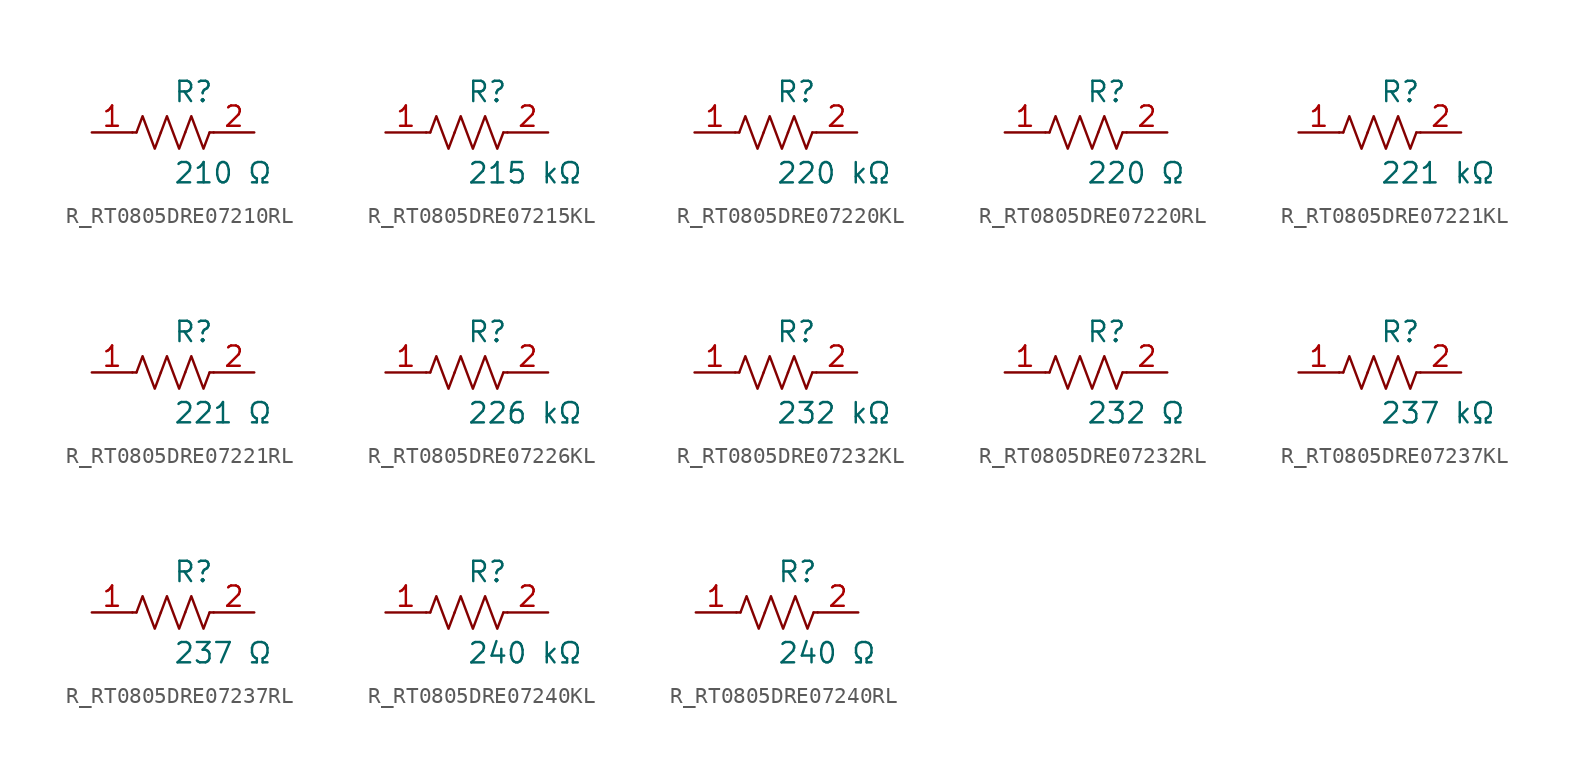
<source format=kicad_sym>
(kicad_symbol_lib
  (version 20231120)
  (generator kicad_symbol_editor)
  (generator_version 8.0)
  (symbol "R_RT0805DRE07210RL"
    (pin_names
      (offset 0.254))
    (property "Reference" "R"
      (at 0 2.54 0)
      (effects (font (size 1.27 1.27)) (justify left)))
    (property "Value" "210 Ω"
      (at 0 -2.54 0)
      (effects (font (size 1.27 1.27)) (justify left)))
    (symbol "R_RT0805DRE07210RL_0_1"
      (polyline (pts (xy 2.286 0) (xy 2.54 0)) (stroke (width 0) (type default)) (fill (type none)))
      (polyline (pts (xy -2.286 0) (xy -2.54 0)) (stroke (width 0) (type default)) (fill (type none)))
      (polyline (pts (xy 0.762 0) (xy 1.143 1.016) (xy 1.524 0) (xy 1.905 -1.016) (xy 2.286 0)) (stroke (width 0) (type default)) (fill (type none)))
      (polyline (pts (xy -0.762 0) (xy -0.381 1.016) (xy 0 0) (xy 0.381 -1.016) (xy 0.762 0)) (stroke (width 0) (type default)) (fill (type none)))
      (polyline (pts (xy -2.286 0) (xy -1.905 1.016) (xy -1.524 0) (xy -1.143 -1.016) (xy -0.762 0)) (stroke (width 0) (type default)) (fill (type none))))
    (pin passive line
      (at -5.08 0 0)
      (length 2.54)
      (name "" (effects (font (size 1.27 1.27))))
      (number "1" (effects (font (size 1.27 1.27)))))
    (pin passive line
      (at 5.08 0 180)
      (length 2.54)
      (name "" (effects (font (size 1.27 1.27))))
      (number "2" (effects (font (size 1.27 1.27))))))
  (symbol "R_RT0805DRE07215KL"
    (pin_names
      (offset 0.254))
    (property "Reference" "R"
      (at 0 2.54 0)
      (effects (font (size 1.27 1.27)) (justify left)))
    (property "Value" "215 kΩ"
      (at 0 -2.54 0)
      (effects (font (size 1.27 1.27)) (justify left)))
    (symbol "R_RT0805DRE07215KL_0_1"
      (polyline (pts (xy 2.286 0) (xy 2.54 0)) (stroke (width 0) (type default)) (fill (type none)))
      (polyline (pts (xy -2.286 0) (xy -2.54 0)) (stroke (width 0) (type default)) (fill (type none)))
      (polyline (pts (xy 0.762 0) (xy 1.143 1.016) (xy 1.524 0) (xy 1.905 -1.016) (xy 2.286 0)) (stroke (width 0) (type default)) (fill (type none)))
      (polyline (pts (xy -0.762 0) (xy -0.381 1.016) (xy 0 0) (xy 0.381 -1.016) (xy 0.762 0)) (stroke (width 0) (type default)) (fill (type none)))
      (polyline (pts (xy -2.286 0) (xy -1.905 1.016) (xy -1.524 0) (xy -1.143 -1.016) (xy -0.762 0)) (stroke (width 0) (type default)) (fill (type none))))
    (pin passive line
      (at -5.08 0 0)
      (length 2.54)
      (name "" (effects (font (size 1.27 1.27))))
      (number "1" (effects (font (size 1.27 1.27)))))
    (pin passive line
      (at 5.08 0 180)
      (length 2.54)
      (name "" (effects (font (size 1.27 1.27))))
      (number "2" (effects (font (size 1.27 1.27))))))
  (symbol "R_RT0805DRE07220KL"
    (pin_names
      (offset 0.254))
    (property "Reference" "R"
      (at 0 2.54 0)
      (effects (font (size 1.27 1.27)) (justify left)))
    (property "Value" "220 kΩ"
      (at 0 -2.54 0)
      (effects (font (size 1.27 1.27)) (justify left)))
    (symbol "R_RT0805DRE07220KL_0_1"
      (polyline (pts (xy 2.286 0) (xy 2.54 0)) (stroke (width 0) (type default)) (fill (type none)))
      (polyline (pts (xy -2.286 0) (xy -2.54 0)) (stroke (width 0) (type default)) (fill (type none)))
      (polyline (pts (xy 0.762 0) (xy 1.143 1.016) (xy 1.524 0) (xy 1.905 -1.016) (xy 2.286 0)) (stroke (width 0) (type default)) (fill (type none)))
      (polyline (pts (xy -0.762 0) (xy -0.381 1.016) (xy 0 0) (xy 0.381 -1.016) (xy 0.762 0)) (stroke (width 0) (type default)) (fill (type none)))
      (polyline (pts (xy -2.286 0) (xy -1.905 1.016) (xy -1.524 0) (xy -1.143 -1.016) (xy -0.762 0)) (stroke (width 0) (type default)) (fill (type none))))
    (pin passive line
      (at -5.08 0 0)
      (length 2.54)
      (name "" (effects (font (size 1.27 1.27))))
      (number "1" (effects (font (size 1.27 1.27)))))
    (pin passive line
      (at 5.08 0 180)
      (length 2.54)
      (name "" (effects (font (size 1.27 1.27))))
      (number "2" (effects (font (size 1.27 1.27))))))
  (symbol "R_RT0805DRE07220RL"
    (pin_names
      (offset 0.254))
    (property "Reference" "R"
      (at 0 2.54 0)
      (effects (font (size 1.27 1.27)) (justify left)))
    (property "Value" "220 Ω"
      (at 0 -2.54 0)
      (effects (font (size 1.27 1.27)) (justify left)))
    (symbol "R_RT0805DRE07220RL_0_1"
      (polyline (pts (xy 2.286 0) (xy 2.54 0)) (stroke (width 0) (type default)) (fill (type none)))
      (polyline (pts (xy -2.286 0) (xy -2.54 0)) (stroke (width 0) (type default)) (fill (type none)))
      (polyline (pts (xy 0.762 0) (xy 1.143 1.016) (xy 1.524 0) (xy 1.905 -1.016) (xy 2.286 0)) (stroke (width 0) (type default)) (fill (type none)))
      (polyline (pts (xy -0.762 0) (xy -0.381 1.016) (xy 0 0) (xy 0.381 -1.016) (xy 0.762 0)) (stroke (width 0) (type default)) (fill (type none)))
      (polyline (pts (xy -2.286 0) (xy -1.905 1.016) (xy -1.524 0) (xy -1.143 -1.016) (xy -0.762 0)) (stroke (width 0) (type default)) (fill (type none))))
    (pin passive line
      (at -5.08 0 0)
      (length 2.54)
      (name "" (effects (font (size 1.27 1.27))))
      (number "1" (effects (font (size 1.27 1.27)))))
    (pin passive line
      (at 5.08 0 180)
      (length 2.54)
      (name "" (effects (font (size 1.27 1.27))))
      (number "2" (effects (font (size 1.27 1.27))))))
  (symbol "R_RT0805DRE07221KL"
    (pin_names
      (offset 0.254))
    (property "Reference" "R"
      (at 0 2.54 0)
      (effects (font (size 1.27 1.27)) (justify left)))
    (property "Value" "221 kΩ"
      (at 0 -2.54 0)
      (effects (font (size 1.27 1.27)) (justify left)))
    (symbol "R_RT0805DRE07221KL_0_1"
      (polyline (pts (xy 2.286 0) (xy 2.54 0)) (stroke (width 0) (type default)) (fill (type none)))
      (polyline (pts (xy -2.286 0) (xy -2.54 0)) (stroke (width 0) (type default)) (fill (type none)))
      (polyline (pts (xy 0.762 0) (xy 1.143 1.016) (xy 1.524 0) (xy 1.905 -1.016) (xy 2.286 0)) (stroke (width 0) (type default)) (fill (type none)))
      (polyline (pts (xy -0.762 0) (xy -0.381 1.016) (xy 0 0) (xy 0.381 -1.016) (xy 0.762 0)) (stroke (width 0) (type default)) (fill (type none)))
      (polyline (pts (xy -2.286 0) (xy -1.905 1.016) (xy -1.524 0) (xy -1.143 -1.016) (xy -0.762 0)) (stroke (width 0) (type default)) (fill (type none))))
    (pin passive line
      (at -5.08 0 0)
      (length 2.54)
      (name "" (effects (font (size 1.27 1.27))))
      (number "1" (effects (font (size 1.27 1.27)))))
    (pin passive line
      (at 5.08 0 180)
      (length 2.54)
      (name "" (effects (font (size 1.27 1.27))))
      (number "2" (effects (font (size 1.27 1.27))))))
  (symbol "R_RT0805DRE07221RL"
    (pin_names
      (offset 0.254))
    (property "Reference" "R"
      (at 0 2.54 0)
      (effects (font (size 1.27 1.27)) (justify left)))
    (property "Value" "221 Ω"
      (at 0 -2.54 0)
      (effects (font (size 1.27 1.27)) (justify left)))
    (symbol "R_RT0805DRE07221RL_0_1"
      (polyline (pts (xy 2.286 0) (xy 2.54 0)) (stroke (width 0) (type default)) (fill (type none)))
      (polyline (pts (xy -2.286 0) (xy -2.54 0)) (stroke (width 0) (type default)) (fill (type none)))
      (polyline (pts (xy 0.762 0) (xy 1.143 1.016) (xy 1.524 0) (xy 1.905 -1.016) (xy 2.286 0)) (stroke (width 0) (type default)) (fill (type none)))
      (polyline (pts (xy -0.762 0) (xy -0.381 1.016) (xy 0 0) (xy 0.381 -1.016) (xy 0.762 0)) (stroke (width 0) (type default)) (fill (type none)))
      (polyline (pts (xy -2.286 0) (xy -1.905 1.016) (xy -1.524 0) (xy -1.143 -1.016) (xy -0.762 0)) (stroke (width 0) (type default)) (fill (type none))))
    (pin passive line
      (at -5.08 0 0)
      (length 2.54)
      (name "" (effects (font (size 1.27 1.27))))
      (number "1" (effects (font (size 1.27 1.27)))))
    (pin passive line
      (at 5.08 0 180)
      (length 2.54)
      (name "" (effects (font (size 1.27 1.27))))
      (number "2" (effects (font (size 1.27 1.27))))))
  (symbol "R_RT0805DRE07226KL"
    (pin_names
      (offset 0.254))
    (property "Reference" "R"
      (at 0 2.54 0)
      (effects (font (size 1.27 1.27)) (justify left)))
    (property "Value" "226 kΩ"
      (at 0 -2.54 0)
      (effects (font (size 1.27 1.27)) (justify left)))
    (symbol "R_RT0805DRE07226KL_0_1"
      (polyline (pts (xy 2.286 0) (xy 2.54 0)) (stroke (width 0) (type default)) (fill (type none)))
      (polyline (pts (xy -2.286 0) (xy -2.54 0)) (stroke (width 0) (type default)) (fill (type none)))
      (polyline (pts (xy 0.762 0) (xy 1.143 1.016) (xy 1.524 0) (xy 1.905 -1.016) (xy 2.286 0)) (stroke (width 0) (type default)) (fill (type none)))
      (polyline (pts (xy -0.762 0) (xy -0.381 1.016) (xy 0 0) (xy 0.381 -1.016) (xy 0.762 0)) (stroke (width 0) (type default)) (fill (type none)))
      (polyline (pts (xy -2.286 0) (xy -1.905 1.016) (xy -1.524 0) (xy -1.143 -1.016) (xy -0.762 0)) (stroke (width 0) (type default)) (fill (type none))))
    (pin passive line
      (at -5.08 0 0)
      (length 2.54)
      (name "" (effects (font (size 1.27 1.27))))
      (number "1" (effects (font (size 1.27 1.27)))))
    (pin passive line
      (at 5.08 0 180)
      (length 2.54)
      (name "" (effects (font (size 1.27 1.27))))
      (number "2" (effects (font (size 1.27 1.27))))))
  (symbol "R_RT0805DRE07232KL"
    (pin_names
      (offset 0.254))
    (property "Reference" "R"
      (at 0 2.54 0)
      (effects (font (size 1.27 1.27)) (justify left)))
    (property "Value" "232 kΩ"
      (at 0 -2.54 0)
      (effects (font (size 1.27 1.27)) (justify left)))
    (symbol "R_RT0805DRE07232KL_0_1"
      (polyline (pts (xy 2.286 0) (xy 2.54 0)) (stroke (width 0) (type default)) (fill (type none)))
      (polyline (pts (xy -2.286 0) (xy -2.54 0)) (stroke (width 0) (type default)) (fill (type none)))
      (polyline (pts (xy 0.762 0) (xy 1.143 1.016) (xy 1.524 0) (xy 1.905 -1.016) (xy 2.286 0)) (stroke (width 0) (type default)) (fill (type none)))
      (polyline (pts (xy -0.762 0) (xy -0.381 1.016) (xy 0 0) (xy 0.381 -1.016) (xy 0.762 0)) (stroke (width 0) (type default)) (fill (type none)))
      (polyline (pts (xy -2.286 0) (xy -1.905 1.016) (xy -1.524 0) (xy -1.143 -1.016) (xy -0.762 0)) (stroke (width 0) (type default)) (fill (type none))))
    (pin passive line
      (at -5.08 0 0)
      (length 2.54)
      (name "" (effects (font (size 1.27 1.27))))
      (number "1" (effects (font (size 1.27 1.27)))))
    (pin passive line
      (at 5.08 0 180)
      (length 2.54)
      (name "" (effects (font (size 1.27 1.27))))
      (number "2" (effects (font (size 1.27 1.27))))))
  (symbol "R_RT0805DRE07232RL"
    (pin_names
      (offset 0.254))
    (property "Reference" "R"
      (at 0 2.54 0)
      (effects (font (size 1.27 1.27)) (justify left)))
    (property "Value" "232 Ω"
      (at 0 -2.54 0)
      (effects (font (size 1.27 1.27)) (justify left)))
    (symbol "R_RT0805DRE07232RL_0_1"
      (polyline (pts (xy 2.286 0) (xy 2.54 0)) (stroke (width 0) (type default)) (fill (type none)))
      (polyline (pts (xy -2.286 0) (xy -2.54 0)) (stroke (width 0) (type default)) (fill (type none)))
      (polyline (pts (xy 0.762 0) (xy 1.143 1.016) (xy 1.524 0) (xy 1.905 -1.016) (xy 2.286 0)) (stroke (width 0) (type default)) (fill (type none)))
      (polyline (pts (xy -0.762 0) (xy -0.381 1.016) (xy 0 0) (xy 0.381 -1.016) (xy 0.762 0)) (stroke (width 0) (type default)) (fill (type none)))
      (polyline (pts (xy -2.286 0) (xy -1.905 1.016) (xy -1.524 0) (xy -1.143 -1.016) (xy -0.762 0)) (stroke (width 0) (type default)) (fill (type none))))
    (pin passive line
      (at -5.08 0 0)
      (length 2.54)
      (name "" (effects (font (size 1.27 1.27))))
      (number "1" (effects (font (size 1.27 1.27)))))
    (pin passive line
      (at 5.08 0 180)
      (length 2.54)
      (name "" (effects (font (size 1.27 1.27))))
      (number "2" (effects (font (size 1.27 1.27))))))
  (symbol "R_RT0805DRE07237KL"
    (pin_names
      (offset 0.254))
    (property "Reference" "R"
      (at 0 2.54 0)
      (effects (font (size 1.27 1.27)) (justify left)))
    (property "Value" "237 kΩ"
      (at 0 -2.54 0)
      (effects (font (size 1.27 1.27)) (justify left)))
    (symbol "R_RT0805DRE07237KL_0_1"
      (polyline (pts (xy 2.286 0) (xy 2.54 0)) (stroke (width 0) (type default)) (fill (type none)))
      (polyline (pts (xy -2.286 0) (xy -2.54 0)) (stroke (width 0) (type default)) (fill (type none)))
      (polyline (pts (xy 0.762 0) (xy 1.143 1.016) (xy 1.524 0) (xy 1.905 -1.016) (xy 2.286 0)) (stroke (width 0) (type default)) (fill (type none)))
      (polyline (pts (xy -0.762 0) (xy -0.381 1.016) (xy 0 0) (xy 0.381 -1.016) (xy 0.762 0)) (stroke (width 0) (type default)) (fill (type none)))
      (polyline (pts (xy -2.286 0) (xy -1.905 1.016) (xy -1.524 0) (xy -1.143 -1.016) (xy -0.762 0)) (stroke (width 0) (type default)) (fill (type none))))
    (pin passive line
      (at -5.08 0 0)
      (length 2.54)
      (name "" (effects (font (size 1.27 1.27))))
      (number "1" (effects (font (size 1.27 1.27)))))
    (pin passive line
      (at 5.08 0 180)
      (length 2.54)
      (name "" (effects (font (size 1.27 1.27))))
      (number "2" (effects (font (size 1.27 1.27))))))
  (symbol "R_RT0805DRE07237RL"
    (pin_names
      (offset 0.254))
    (property "Reference" "R"
      (at 0 2.54 0)
      (effects (font (size 1.27 1.27)) (justify left)))
    (property "Value" "237 Ω"
      (at 0 -2.54 0)
      (effects (font (size 1.27 1.27)) (justify left)))
    (symbol "R_RT0805DRE07237RL_0_1"
      (polyline (pts (xy 2.286 0) (xy 2.54 0)) (stroke (width 0) (type default)) (fill (type none)))
      (polyline (pts (xy -2.286 0) (xy -2.54 0)) (stroke (width 0) (type default)) (fill (type none)))
      (polyline (pts (xy 0.762 0) (xy 1.143 1.016) (xy 1.524 0) (xy 1.905 -1.016) (xy 2.286 0)) (stroke (width 0) (type default)) (fill (type none)))
      (polyline (pts (xy -0.762 0) (xy -0.381 1.016) (xy 0 0) (xy 0.381 -1.016) (xy 0.762 0)) (stroke (width 0) (type default)) (fill (type none)))
      (polyline (pts (xy -2.286 0) (xy -1.905 1.016) (xy -1.524 0) (xy -1.143 -1.016) (xy -0.762 0)) (stroke (width 0) (type default)) (fill (type none))))
    (pin passive line
      (at -5.08 0 0)
      (length 2.54)
      (name "" (effects (font (size 1.27 1.27))))
      (number "1" (effects (font (size 1.27 1.27)))))
    (pin passive line
      (at 5.08 0 180)
      (length 2.54)
      (name "" (effects (font (size 1.27 1.27))))
      (number "2" (effects (font (size 1.27 1.27))))))
  (symbol "R_RT0805DRE07240KL"
    (pin_names
      (offset 0.254))
    (property "Reference" "R"
      (at 0 2.54 0)
      (effects (font (size 1.27 1.27)) (justify left)))
    (property "Value" "240 kΩ"
      (at 0 -2.54 0)
      (effects (font (size 1.27 1.27)) (justify left)))
    (symbol "R_RT0805DRE07240KL_0_1"
      (polyline (pts (xy 2.286 0) (xy 2.54 0)) (stroke (width 0) (type default)) (fill (type none)))
      (polyline (pts (xy -2.286 0) (xy -2.54 0)) (stroke (width 0) (type default)) (fill (type none)))
      (polyline (pts (xy 0.762 0) (xy 1.143 1.016) (xy 1.524 0) (xy 1.905 -1.016) (xy 2.286 0)) (stroke (width 0) (type default)) (fill (type none)))
      (polyline (pts (xy -0.762 0) (xy -0.381 1.016) (xy 0 0) (xy 0.381 -1.016) (xy 0.762 0)) (stroke (width 0) (type default)) (fill (type none)))
      (polyline (pts (xy -2.286 0) (xy -1.905 1.016) (xy -1.524 0) (xy -1.143 -1.016) (xy -0.762 0)) (stroke (width 0) (type default)) (fill (type none))))
    (pin passive line
      (at -5.08 0 0)
      (length 2.54)
      (name "" (effects (font (size 1.27 1.27))))
      (number "1" (effects (font (size 1.27 1.27)))))
    (pin passive line
      (at 5.08 0 180)
      (length 2.54)
      (name "" (effects (font (size 1.27 1.27))))
      (number "2" (effects (font (size 1.27 1.27))))))
  (symbol "R_RT0805DRE07240RL"
    (pin_names
      (offset 0.254))
    (property "Reference" "R"
      (at 0 2.54 0)
      (effects (font (size 1.27 1.27)) (justify left)))
    (property "Value" "240 Ω"
      (at 0 -2.54 0)
      (effects (font (size 1.27 1.27)) (justify left)))
    (symbol "R_RT0805DRE07240RL_0_1"
      (polyline (pts (xy 2.286 0) (xy 2.54 0)) (stroke (width 0) (type default)) (fill (type none)))
      (polyline (pts (xy -2.286 0) (xy -2.54 0)) (stroke (width 0) (type default)) (fill (type none)))
      (polyline (pts (xy 0.762 0) (xy 1.143 1.016) (xy 1.524 0) (xy 1.905 -1.016) (xy 2.286 0)) (stroke (width 0) (type default)) (fill (type none)))
      (polyline (pts (xy -0.762 0) (xy -0.381 1.016) (xy 0 0) (xy 0.381 -1.016) (xy 0.762 0)) (stroke (width 0) (type default)) (fill (type none)))
      (polyline (pts (xy -2.286 0) (xy -1.905 1.016) (xy -1.524 0) (xy -1.143 -1.016) (xy -0.762 0)) (stroke (width 0) (type default)) (fill (type none))))
    (pin passive line
      (at -5.08 0 0)
      (length 2.54)
      (name "" (effects (font (size 1.27 1.27))))
      (number "1" (effects (font (size 1.27 1.27)))))
    (pin passive line
      (at 5.08 0 180)
      (length 2.54)
      (name "" (effects (font (size 1.27 1.27))))
      (number "2" (effects (font (size 1.27 1.27)))))))
</source>
